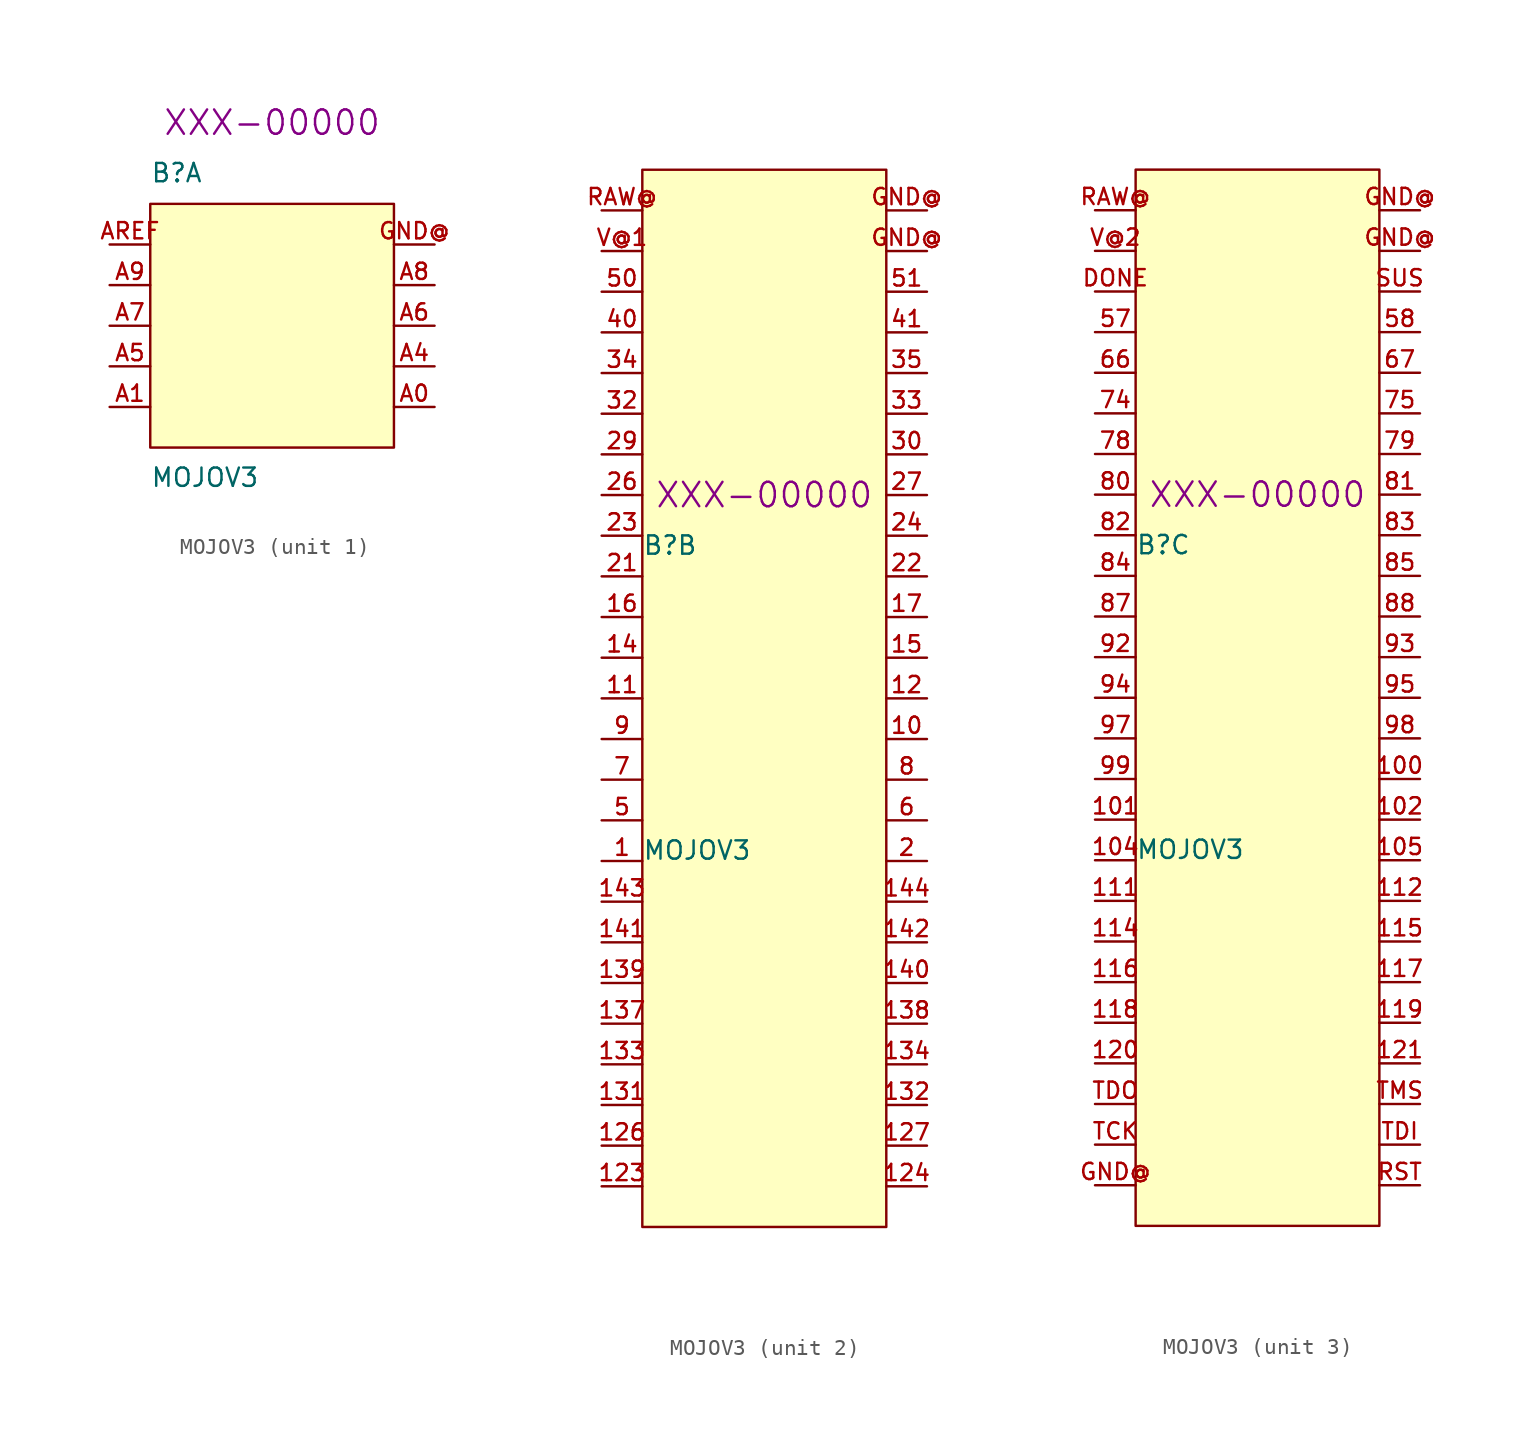
<source format=kicad_sym>
(kicad_symbol_lib
  (version 20220914)
  (generator kicad_symbol_editor)
  (symbol "MOJOV3"
    (pin_names
      (offset 1.016) hide)
    (property "Reference" "B"
      (at -7.62 8.89 0)
      (effects (font (size 1.143 1.143)) (justify left bottom)))
    (property "Value" "MOJOV3"
      (at -7.62 -10.16 0)
      (effects (font (size 1.143 1.143)) (justify left bottom)))
    (property "Field4" "XXX-00000"
      (at 0 12.7 0)
      (effects (font (size 1.524 1.524))))
    (property "ki_locked" ""
      (at 0 0 0)
      (effects (font (size 1.27 1.27))))
    (symbol "MOJOV3_1_1"
      (polyline (pts (xy -7.62 7.62) (xy 7.62 7.62) (xy 7.62 -7.62) (xy -7.62 -7.62) (xy -7.62 7.62)) (stroke (width 0) (type solid)) (fill (type background)))
      (pin input line (at 10.16 -5.08 180) (length 2.54) (name "A0" (effects (font (size 1.016 1.016)))) (number "A0" (effects (font (size 1.016 1.016)))))
      (pin input line (at -10.16 -5.08 0) (length 2.54) (name "A1" (effects (font (size 1.016 1.016)))) (number "A1" (effects (font (size 1.016 1.016)))))
      (pin input line (at 10.16 -2.54 180) (length 2.54) (name "A4" (effects (font (size 1.016 1.016)))) (number "A4" (effects (font (size 1.016 1.016)))))
      (pin input line (at -10.16 -2.54 0) (length 2.54) (name "A5" (effects (font (size 1.016 1.016)))) (number "A5" (effects (font (size 1.016 1.016)))))
      (pin input line (at 10.16 0 180) (length 2.54) (name "A6" (effects (font (size 1.016 1.016)))) (number "A6" (effects (font (size 1.016 1.016)))))
      (pin input line (at -10.16 0 0) (length 2.54) (name "A7" (effects (font (size 1.016 1.016)))) (number "A7" (effects (font (size 1.016 1.016)))))
      (pin input line (at 10.16 2.54 180) (length 2.54) (name "A8" (effects (font (size 1.016 1.016)))) (number "A8" (effects (font (size 1.016 1.016)))))
      (pin input line (at -10.16 2.54 0) (length 2.54) (name "A9" (effects (font (size 1.016 1.016)))) (number "A9" (effects (font (size 1.016 1.016)))))
      (pin input line (at -10.16 5.08 0) (length 2.54) (name "AREF" (effects (font (size 1.016 1.016)))) (number "AREF" (effects (font (size 1.016 1.016)))))
      (pin power_out line (at 10.16 5.08 180) (length 2.54) (name "GND" (effects (font (size 1.016 1.016)))) (number "GND@" (effects (font (size 1.016 1.016))))))
    (symbol "MOJOV3_2_1"
      (polyline (pts (xy -7.62 33.02) (xy 7.62 33.02) (xy 7.62 -33.02) (xy -7.62 -33.02) (xy -7.62 33.02)) (stroke (width 0) (type solid)) (fill (type background)))
      (pin bidirectional line (at -10.16 -10.16 0) (length 2.54) (name "1" (effects (font (size 1.016 1.016)))) (number "1" (effects (font (size 1.016 1.016)))))
      (pin bidirectional line (at 10.16 -2.54 180) (length 2.54) (name "10" (effects (font (size 1.016 1.016)))) (number "10" (effects (font (size 1.016 1.016)))))
      (pin bidirectional line (at -10.16 0 0) (length 2.54) (name "11" (effects (font (size 1.016 1.016)))) (number "11" (effects (font (size 1.016 1.016)))))
      (pin bidirectional line (at 10.16 0 180) (length 2.54) (name "12" (effects (font (size 1.016 1.016)))) (number "12" (effects (font (size 1.016 1.016)))))
      (pin bidirectional line (at -10.16 -30.48 0) (length 2.54) (name "123" (effects (font (size 1.016 1.016)))) (number "123" (effects (font (size 1.016 1.016)))))
      (pin bidirectional line (at 10.16 -30.48 180) (length 2.54) (name "124" (effects (font (size 1.016 1.016)))) (number "124" (effects (font (size 1.016 1.016)))))
      (pin bidirectional line (at -10.16 -27.94 0) (length 2.54) (name "126" (effects (font (size 1.016 1.016)))) (number "126" (effects (font (size 1.016 1.016)))))
      (pin bidirectional line (at 10.16 -27.94 180) (length 2.54) (name "127" (effects (font (size 1.016 1.016)))) (number "127" (effects (font (size 1.016 1.016)))))
      (pin bidirectional line (at -10.16 -25.4 0) (length 2.54) (name "131" (effects (font (size 1.016 1.016)))) (number "131" (effects (font (size 1.016 1.016)))))
      (pin bidirectional line (at 10.16 -25.4 180) (length 2.54) (name "132" (effects (font (size 1.016 1.016)))) (number "132" (effects (font (size 1.016 1.016)))))
      (pin bidirectional line (at -10.16 -22.86 0) (length 2.54) (name "133" (effects (font (size 1.016 1.016)))) (number "133" (effects (font (size 1.016 1.016)))))
      (pin bidirectional line (at 10.16 -22.86 180) (length 2.54) (name "134" (effects (font (size 1.016 1.016)))) (number "134" (effects (font (size 1.016 1.016)))))
      (pin bidirectional line (at -10.16 -20.32 0) (length 2.54) (name "137" (effects (font (size 1.016 1.016)))) (number "137" (effects (font (size 1.016 1.016)))))
      (pin bidirectional line (at 10.16 -20.32 180) (length 2.54) (name "138" (effects (font (size 1.016 1.016)))) (number "138" (effects (font (size 1.016 1.016)))))
      (pin bidirectional line (at -10.16 -17.78 0) (length 2.54) (name "139" (effects (font (size 1.016 1.016)))) (number "139" (effects (font (size 1.016 1.016)))))
      (pin bidirectional line (at -10.16 2.54 0) (length 2.54) (name "14" (effects (font (size 1.016 1.016)))) (number "14" (effects (font (size 1.016 1.016)))))
      (pin bidirectional line (at 10.16 -17.78 180) (length 2.54) (name "140" (effects (font (size 1.016 1.016)))) (number "140" (effects (font (size 1.016 1.016)))))
      (pin bidirectional line (at -10.16 -15.24 0) (length 2.54) (name "141" (effects (font (size 1.016 1.016)))) (number "141" (effects (font (size 1.016 1.016)))))
      (pin bidirectional line (at 10.16 -15.24 180) (length 2.54) (name "142" (effects (font (size 1.016 1.016)))) (number "142" (effects (font (size 1.016 1.016)))))
      (pin bidirectional line (at -10.16 -12.7 0) (length 2.54) (name "143" (effects (font (size 1.016 1.016)))) (number "143" (effects (font (size 1.016 1.016)))))
      (pin bidirectional line (at 10.16 -12.7 180) (length 2.54) (name "144" (effects (font (size 1.016 1.016)))) (number "144" (effects (font (size 1.016 1.016)))))
      (pin bidirectional line (at 10.16 2.54 180) (length 2.54) (name "15" (effects (font (size 1.016 1.016)))) (number "15" (effects (font (size 1.016 1.016)))))
      (pin bidirectional line (at -10.16 5.08 0) (length 2.54) (name "16" (effects (font (size 1.016 1.016)))) (number "16" (effects (font (size 1.016 1.016)))))
      (pin bidirectional line (at 10.16 5.08 180) (length 2.54) (name "17" (effects (font (size 1.016 1.016)))) (number "17" (effects (font (size 1.016 1.016)))))
      (pin bidirectional line (at 10.16 -10.16 180) (length 2.54) (name "2" (effects (font (size 1.016 1.016)))) (number "2" (effects (font (size 1.016 1.016)))))
      (pin bidirectional line (at -10.16 7.62 0) (length 2.54) (name "21" (effects (font (size 1.016 1.016)))) (number "21" (effects (font (size 1.016 1.016)))))
      (pin bidirectional line (at 10.16 7.62 180) (length 2.54) (name "22" (effects (font (size 1.016 1.016)))) (number "22" (effects (font (size 1.016 1.016)))))
      (pin bidirectional line (at -10.16 10.16 0) (length 2.54) (name "23" (effects (font (size 1.016 1.016)))) (number "23" (effects (font (size 1.016 1.016)))))
      (pin bidirectional line (at 10.16 10.16 180) (length 2.54) (name "24" (effects (font (size 1.016 1.016)))) (number "24" (effects (font (size 1.016 1.016)))))
      (pin bidirectional line (at -10.16 12.7 0) (length 2.54) (name "26" (effects (font (size 1.016 1.016)))) (number "26" (effects (font (size 1.016 1.016)))))
      (pin bidirectional line (at 10.16 12.7 180) (length 2.54) (name "27" (effects (font (size 1.016 1.016)))) (number "27" (effects (font (size 1.016 1.016)))))
      (pin bidirectional line (at -10.16 15.24 0) (length 2.54) (name "29" (effects (font (size 1.016 1.016)))) (number "29" (effects (font (size 1.016 1.016)))))
      (pin bidirectional line (at 10.16 15.24 180) (length 2.54) (name "30" (effects (font (size 1.016 1.016)))) (number "30" (effects (font (size 1.016 1.016)))))
      (pin bidirectional line (at -10.16 17.78 0) (length 2.54) (name "32" (effects (font (size 1.016 1.016)))) (number "32" (effects (font (size 1.016 1.016)))))
      (pin bidirectional line (at 10.16 17.78 180) (length 2.54) (name "33" (effects (font (size 1.016 1.016)))) (number "33" (effects (font (size 1.016 1.016)))))
      (pin bidirectional line (at -10.16 20.32 0) (length 2.54) (name "34" (effects (font (size 1.016 1.016)))) (number "34" (effects (font (size 1.016 1.016)))))
      (pin bidirectional line (at 10.16 20.32 180) (length 2.54) (name "35" (effects (font (size 1.016 1.016)))) (number "35" (effects (font (size 1.016 1.016)))))
      (pin bidirectional line (at -10.16 22.86 0) (length 2.54) (name "40" (effects (font (size 1.016 1.016)))) (number "40" (effects (font (size 1.016 1.016)))))
      (pin bidirectional line (at 10.16 22.86 180) (length 2.54) (name "41" (effects (font (size 1.016 1.016)))) (number "41" (effects (font (size 1.016 1.016)))))
      (pin bidirectional line (at -10.16 -7.62 0) (length 2.54) (name "5" (effects (font (size 1.016 1.016)))) (number "5" (effects (font (size 1.016 1.016)))))
      (pin bidirectional line (at -10.16 25.4 0) (length 2.54) (name "50" (effects (font (size 1.016 1.016)))) (number "50" (effects (font (size 1.016 1.016)))))
      (pin bidirectional line (at 10.16 25.4 180) (length 2.54) (name "51" (effects (font (size 1.016 1.016)))) (number "51" (effects (font (size 1.016 1.016)))))
      (pin bidirectional line (at 10.16 -7.62 180) (length 2.54) (name "6" (effects (font (size 1.016 1.016)))) (number "6" (effects (font (size 1.016 1.016)))))
      (pin bidirectional line (at -10.16 -5.08 0) (length 2.54) (name "7" (effects (font (size 1.016 1.016)))) (number "7" (effects (font (size 1.016 1.016)))))
      (pin bidirectional line (at 10.16 -5.08 180) (length 2.54) (name "8" (effects (font (size 1.016 1.016)))) (number "8" (effects (font (size 1.016 1.016)))))
      (pin bidirectional line (at -10.16 -2.54 0) (length 2.54) (name "9" (effects (font (size 1.016 1.016)))) (number "9" (effects (font (size 1.016 1.016)))))
      (pin power_out line (at 10.16 27.94 180) (length 2.54) (name "GND" (effects (font (size 1.016 1.016)))) (number "GND@" (effects (font (size 1.016 1.016)))))
      (pin power_out line (at 10.16 30.48 180) (length 2.54) (name "GND" (effects (font (size 1.016 1.016)))) (number "GND@" (effects (font (size 1.016 1.016)))))
      (pin power_out line (at -10.16 30.48 0) (length 2.54) (name "RAW" (effects (font (size 1.016 1.016)))) (number "RAW@" (effects (font (size 1.016 1.016)))))
      (pin power_out line (at -10.16 27.94 0) (length 2.54) (name "+V" (effects (font (size 1.016 1.016)))) (number "V@1" (effects (font (size 1.016 1.016))))))
    (symbol "MOJOV3_3_1"
      (polyline (pts (xy -7.62 33.02) (xy 7.62 33.02) (xy 7.62 -33.02) (xy -7.62 -33.02) (xy -7.62 33.02)) (stroke (width 0) (type solid)) (fill (type background)))
      (pin bidirectional line (at 10.16 -5.08 180) (length 2.54) (name "100" (effects (font (size 1.016 1.016)))) (number "100" (effects (font (size 1.016 1.016)))))
      (pin bidirectional line (at -10.16 -7.62 0) (length 2.54) (name "101" (effects (font (size 1.016 1.016)))) (number "101" (effects (font (size 1.016 1.016)))))
      (pin bidirectional line (at 10.16 -7.62 180) (length 2.54) (name "102" (effects (font (size 1.016 1.016)))) (number "102" (effects (font (size 1.016 1.016)))))
      (pin bidirectional line (at -10.16 -10.16 0) (length 2.54) (name "104" (effects (font (size 1.016 1.016)))) (number "104" (effects (font (size 1.016 1.016)))))
      (pin bidirectional line (at 10.16 -10.16 180) (length 2.54) (name "105" (effects (font (size 1.016 1.016)))) (number "105" (effects (font (size 1.016 1.016)))))
      (pin bidirectional line (at -10.16 -12.7 0) (length 2.54) (name "111" (effects (font (size 1.016 1.016)))) (number "111" (effects (font (size 1.016 1.016)))))
      (pin bidirectional line (at 10.16 -12.7 180) (length 2.54) (name "112" (effects (font (size 1.016 1.016)))) (number "112" (effects (font (size 1.016 1.016)))))
      (pin bidirectional line (at -10.16 -15.24 0) (length 2.54) (name "114" (effects (font (size 1.016 1.016)))) (number "114" (effects (font (size 1.016 1.016)))))
      (pin bidirectional line (at 10.16 -15.24 180) (length 2.54) (name "115" (effects (font (size 1.016 1.016)))) (number "115" (effects (font (size 1.016 1.016)))))
      (pin bidirectional line (at -10.16 -17.78 0) (length 2.54) (name "116" (effects (font (size 1.016 1.016)))) (number "116" (effects (font (size 1.016 1.016)))))
      (pin bidirectional line (at 10.16 -17.78 180) (length 2.54) (name "117" (effects (font (size 1.016 1.016)))) (number "117" (effects (font (size 1.016 1.016)))))
      (pin bidirectional line (at -10.16 -20.32 0) (length 2.54) (name "118" (effects (font (size 1.016 1.016)))) (number "118" (effects (font (size 1.016 1.016)))))
      (pin bidirectional line (at 10.16 -20.32 180) (length 2.54) (name "119" (effects (font (size 1.016 1.016)))) (number "119" (effects (font (size 1.016 1.016)))))
      (pin bidirectional line (at -10.16 -22.86 0) (length 2.54) (name "120" (effects (font (size 1.016 1.016)))) (number "120" (effects (font (size 1.016 1.016)))))
      (pin bidirectional line (at 10.16 -22.86 180) (length 2.54) (name "121" (effects (font (size 1.016 1.016)))) (number "121" (effects (font (size 1.016 1.016)))))
      (pin bidirectional line (at -10.16 22.86 0) (length 2.54) (name "57" (effects (font (size 1.016 1.016)))) (number "57" (effects (font (size 1.016 1.016)))))
      (pin bidirectional line (at 10.16 22.86 180) (length 2.54) (name "58" (effects (font (size 1.016 1.016)))) (number "58" (effects (font (size 1.016 1.016)))))
      (pin bidirectional line (at -10.16 20.32 0) (length 2.54) (name "66" (effects (font (size 1.016 1.016)))) (number "66" (effects (font (size 1.016 1.016)))))
      (pin bidirectional line (at 10.16 20.32 180) (length 2.54) (name "67" (effects (font (size 1.016 1.016)))) (number "67" (effects (font (size 1.016 1.016)))))
      (pin bidirectional line (at -10.16 17.78 0) (length 2.54) (name "74" (effects (font (size 1.016 1.016)))) (number "74" (effects (font (size 1.016 1.016)))))
      (pin bidirectional line (at 10.16 17.78 180) (length 2.54) (name "75" (effects (font (size 1.016 1.016)))) (number "75" (effects (font (size 1.016 1.016)))))
      (pin bidirectional line (at -10.16 15.24 0) (length 2.54) (name "78" (effects (font (size 1.016 1.016)))) (number "78" (effects (font (size 1.016 1.016)))))
      (pin bidirectional line (at 10.16 15.24 180) (length 2.54) (name "79" (effects (font (size 1.016 1.016)))) (number "79" (effects (font (size 1.016 1.016)))))
      (pin bidirectional line (at -10.16 12.7 0) (length 2.54) (name "80" (effects (font (size 1.016 1.016)))) (number "80" (effects (font (size 1.016 1.016)))))
      (pin bidirectional line (at 10.16 12.7 180) (length 2.54) (name "81" (effects (font (size 1.016 1.016)))) (number "81" (effects (font (size 1.016 1.016)))))
      (pin bidirectional line (at -10.16 10.16 0) (length 2.54) (name "82" (effects (font (size 1.016 1.016)))) (number "82" (effects (font (size 1.016 1.016)))))
      (pin bidirectional line (at 10.16 10.16 180) (length 2.54) (name "83" (effects (font (size 1.016 1.016)))) (number "83" (effects (font (size 1.016 1.016)))))
      (pin bidirectional line (at -10.16 7.62 0) (length 2.54) (name "84" (effects (font (size 1.016 1.016)))) (number "84" (effects (font (size 1.016 1.016)))))
      (pin bidirectional line (at 10.16 7.62 180) (length 2.54) (name "85" (effects (font (size 1.016 1.016)))) (number "85" (effects (font (size 1.016 1.016)))))
      (pin bidirectional line (at -10.16 5.08 0) (length 2.54) (name "87" (effects (font (size 1.016 1.016)))) (number "87" (effects (font (size 1.016 1.016)))))
      (pin bidirectional line (at 10.16 5.08 180) (length 2.54) (name "88" (effects (font (size 1.016 1.016)))) (number "88" (effects (font (size 1.016 1.016)))))
      (pin bidirectional line (at -10.16 2.54 0) (length 2.54) (name "92" (effects (font (size 1.016 1.016)))) (number "92" (effects (font (size 1.016 1.016)))))
      (pin bidirectional line (at 10.16 2.54 180) (length 2.54) (name "93" (effects (font (size 1.016 1.016)))) (number "93" (effects (font (size 1.016 1.016)))))
      (pin bidirectional line (at -10.16 0 0) (length 2.54) (name "94" (effects (font (size 1.016 1.016)))) (number "94" (effects (font (size 1.016 1.016)))))
      (pin bidirectional line (at 10.16 0 180) (length 2.54) (name "95" (effects (font (size 1.016 1.016)))) (number "95" (effects (font (size 1.016 1.016)))))
      (pin bidirectional line (at -10.16 -2.54 0) (length 2.54) (name "97" (effects (font (size 1.016 1.016)))) (number "97" (effects (font (size 1.016 1.016)))))
      (pin bidirectional line (at 10.16 -2.54 180) (length 2.54) (name "98" (effects (font (size 1.016 1.016)))) (number "98" (effects (font (size 1.016 1.016)))))
      (pin bidirectional line (at -10.16 -5.08 0) (length 2.54) (name "99" (effects (font (size 1.016 1.016)))) (number "99" (effects (font (size 1.016 1.016)))))
      (pin bidirectional line (at -10.16 25.4 0) (length 2.54) (name "DONE" (effects (font (size 1.016 1.016)))) (number "DONE" (effects (font (size 1.016 1.016)))))
      (pin power_out line (at -10.16 -30.48 0) (length 2.54) (name "GND" (effects (font (size 1.016 1.016)))) (number "GND@" (effects (font (size 1.016 1.016)))))
      (pin power_out line (at 10.16 27.94 180) (length 2.54) (name "GND" (effects (font (size 1.016 1.016)))) (number "GND@" (effects (font (size 1.016 1.016)))))
      (pin power_out line (at 10.16 30.48 180) (length 2.54) (name "GND" (effects (font (size 1.016 1.016)))) (number "GND@" (effects (font (size 1.016 1.016)))))
      (pin power_out line (at -10.16 30.48 0) (length 2.54) (name "RAW" (effects (font (size 1.016 1.016)))) (number "RAW@" (effects (font (size 1.016 1.016)))))
      (pin input line (at 10.16 -30.48 180) (length 2.54) (name "RST" (effects (font (size 1.016 1.016)))) (number "RST" (effects (font (size 1.016 1.016)))))
      (pin input line (at 10.16 25.4 180) (length 2.54) (name "SUS" (effects (font (size 1.016 1.016)))) (number "SUS" (effects (font (size 1.016 1.016)))))
      (pin input line (at -10.16 -27.94 0) (length 2.54) (name "TCK" (effects (font (size 1.016 1.016)))) (number "TCK" (effects (font (size 1.016 1.016)))))
      (pin input line (at 10.16 -27.94 180) (length 2.54) (name "TDI" (effects (font (size 1.016 1.016)))) (number "TDI" (effects (font (size 1.016 1.016)))))
      (pin output line (at -10.16 -25.4 0) (length 2.54) (name "TDO" (effects (font (size 1.016 1.016)))) (number "TDO" (effects (font (size 1.016 1.016)))))
      (pin input line (at 10.16 -25.4 180) (length 2.54) (name "TMS" (effects (font (size 1.016 1.016)))) (number "TMS" (effects (font (size 1.016 1.016)))))
      (pin power_out line (at -10.16 27.94 0) (length 2.54) (name "+V" (effects (font (size 1.016 1.016)))) (number "V@2" (effects (font (size 1.016 1.016))))))))
</source>
